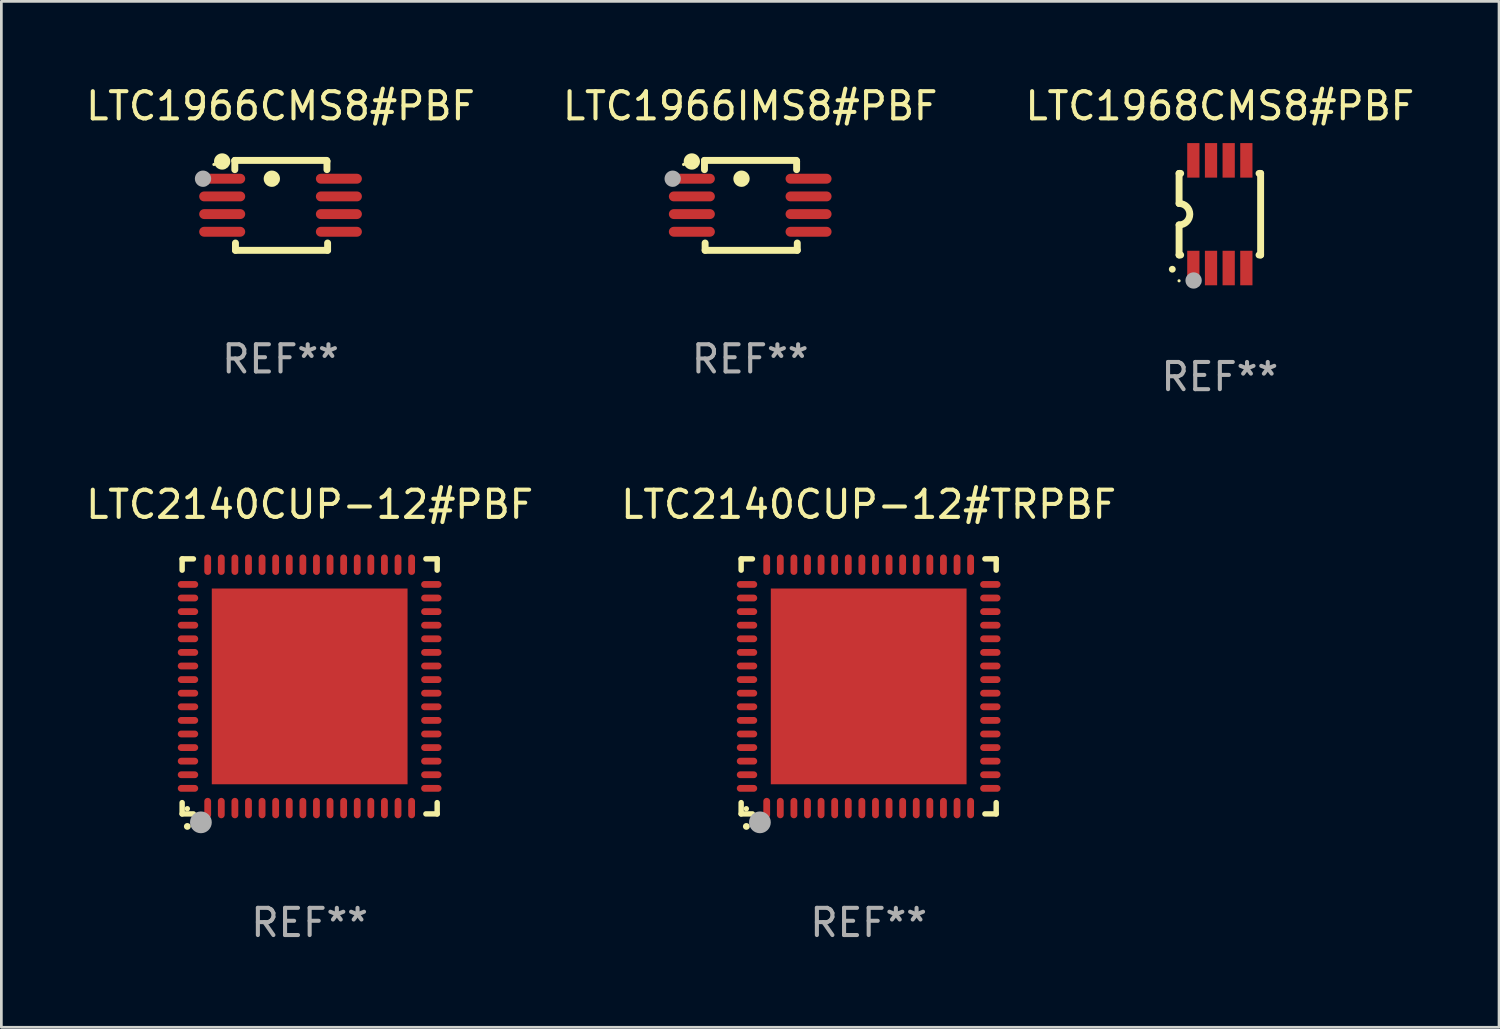
<source format=kicad_pcb>
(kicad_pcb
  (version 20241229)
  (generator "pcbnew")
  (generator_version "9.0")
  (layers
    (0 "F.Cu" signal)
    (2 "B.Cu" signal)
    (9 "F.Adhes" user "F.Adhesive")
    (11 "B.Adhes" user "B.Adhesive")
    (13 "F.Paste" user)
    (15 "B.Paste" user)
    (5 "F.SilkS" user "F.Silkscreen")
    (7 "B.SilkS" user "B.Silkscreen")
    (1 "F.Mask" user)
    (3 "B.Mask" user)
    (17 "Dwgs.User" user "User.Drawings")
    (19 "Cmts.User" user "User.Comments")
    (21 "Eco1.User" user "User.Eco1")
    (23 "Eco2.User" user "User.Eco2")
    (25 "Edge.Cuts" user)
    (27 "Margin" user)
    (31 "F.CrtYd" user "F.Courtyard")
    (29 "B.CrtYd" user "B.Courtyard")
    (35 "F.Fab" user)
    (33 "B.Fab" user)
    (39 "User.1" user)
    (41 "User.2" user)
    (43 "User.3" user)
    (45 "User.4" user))
  (footprint "LTC1966CMS8#PBF"
    (layer "F.Cu")
    (at 7.268 4.503)
    (property "Reference" "LTC1966CMS8#PBF" (at 0 -3.654 0) (layer "F.SilkS") (effects (font (size 1 1) (thickness 0.15))))
    (attr through_hole)
    (fp_line (start -1.682 -1.648) (end -1.682 -1.313) (stroke (width 0.254) (type solid)) (layer "F.SilkS"))
    (fp_line (start -1.676 -1.654) (end -1.682 -1.648) (stroke (width 0.254) (type solid)) (layer "F.SilkS"))
    (fp_line (start -1.658 1.384) (end -1.658 1.654) (stroke (width 0.254) (type solid)) (layer "F.SilkS"))
    (fp_line (start -1.658 1.654) (end 1.731 1.654) (stroke (width 0.254) (type solid)) (layer "F.SilkS"))
    (fp_line (start 1.7 -1.654) (end -1.676 -1.654) (stroke (width 0.254) (type solid)) (layer "F.SilkS"))
    (fp_line (start 1.707 -1.621) (end 1.687 -1.641) (stroke (width 0.254) (type solid)) (layer "F.SilkS"))
    (fp_line (start 1.707 -1.313) (end 1.707 -1.621) (stroke (width 0.254) (type solid)) (layer "F.SilkS"))
    (fp_line (start 1.731 1.654) (end 1.731 1.384) (stroke (width 0.254) (type solid)) (layer "F.SilkS"))
    (fp_circle (center -2.45 -1.504) (end -2.42 -1.504) (stroke (width 0.06) (type solid)) (fill no) (layer "F.SilkS"))
    (fp_circle (center -2.147 -1.614) (end -1.997 -1.614) (stroke (width 0.3) (type solid)) (fill no) (layer "F.SilkS"))
    (fp_circle (center -0.32 -0.98) (end -0.17 -0.98) (stroke (width 0.3) (type solid)) (fill no) (layer "F.SilkS"))
    (fp_circle (center -2.851 -0.98) (end -2.701 -0.98) (stroke (width 0.3) (type solid)) (fill no) (layer "F.Fab"))
    (fp_text user "REF**" (at 0 5.654 0) (layer "F.Fab") (effects (font (size 1 1) (thickness 0.15))))
    (pad "1" smd oval (at -2.146 -0.98) (size 1.692 0.364) (layers "F.Cu" "F.Mask" "F.Paste"))
    (pad "2" smd oval (at -2.146 -0.329) (size 1.692 0.364) (layers "F.Cu" "F.Mask" "F.Paste"))
    (pad "3" smd oval (at -2.146 0.321) (size 1.692 0.364) (layers "F.Cu" "F.Mask" "F.Paste"))
    (pad "4" smd oval (at -2.146 0.971) (size 1.692 0.364) (layers "F.Cu" "F.Mask" "F.Paste"))
    (pad "5" smd oval (at 2.146 0.971) (size 1.692 0.364) (layers "F.Cu" "F.Mask" "F.Paste"))
    (pad "6" smd oval (at 2.146 0.321) (size 1.692 0.364) (layers "F.Cu" "F.Mask" "F.Paste"))
    (pad "7" smd oval (at 2.146 -0.329) (size 1.692 0.364) (layers "F.Cu" "F.Mask" "F.Paste"))
    (pad "8" smd oval (at 2.146 -0.98) (size 1.692 0.364) (layers "F.Cu" "F.Mask" "F.Paste")))
  (footprint "LTC1968CMS8#PBF"
    (layer "F.Cu")
    (at 41.815 4.828)
    (property "Reference" "LTC1968CMS8#PBF" (at 0 -3.98 0) (layer "F.SilkS") (effects (font (size 1 1) (thickness 0.15))))
    (attr through_hole)
    (fp_line (start -1.5 -1.5) (end -1.441 -1.5) (stroke (width 0.254) (type solid)) (layer "F.SilkS"))
    (fp_line (start -1.5 1.5) (end -1.441 1.5) (stroke (width 0.254) (type solid)) (layer "F.SilkS"))
    (fp_line (start -1.499 -0.394) (end -1.499 -1.5) (stroke (width 0.254) (type solid)) (layer "F.SilkS"))
    (fp_line (start -1.499 0.394) (end -1.499 1.5) (stroke (width 0.254) (type solid)) (layer "F.SilkS"))
    (fp_line (start 1.441 -1.5) (end 1.5 -1.5) (stroke (width 0.254) (type solid)) (layer "F.SilkS"))
    (fp_line (start 1.441 1.5) (end 1.5 1.5) (stroke (width 0.254) (type solid)) (layer "F.SilkS"))
    (fp_line (start 1.5 -1.5) (end 1.5 1.5) (stroke (width 0.254) (type solid)) (layer "F.SilkS"))
    (fp_arc (start -1.750064 2.024384) (mid -1.748794 2.024378) (end -1.747524 2.024384) (stroke (width 0.24892) (type solid)) (layer "F.SilkS"))
    (fp_arc (start -1.498603 -0.393701) (mid -1.104902 0) (end -1.498603 0.393701) (stroke (width 0.254001) (type solid)) (layer "F.SilkS"))
    (fp_circle (center -1.5 2.45) (end -1.47 2.45) (stroke (width 0.06) (type solid)) (fill no) (layer "F.SilkS"))
    (fp_circle (center -0.965 2.438) (end -0.815 2.438) (stroke (width 0.3) (type solid)) (fill no) (layer "F.Fab"))
    (fp_text user "REF**" (at 0 5.98 0) (layer "F.Fab") (effects (font (size 1 1) (thickness 0.15))))
    (pad "1" smd rect (at -0.975 1.98 180) (size 0.45 1.27) (layers "F.Cu" "F.Mask" "F.Paste"))
    (pad "2" smd rect (at -0.325 1.98 180) (size 0.45 1.27) (layers "F.Cu" "F.Mask" "F.Paste"))
    (pad "3" smd rect (at 0.325 1.98 180) (size 0.45 1.27) (layers "F.Cu" "F.Mask" "F.Paste"))
    (pad "4" smd rect (at 0.975 1.98 180) (size 0.45 1.27) (layers "F.Cu" "F.Mask" "F.Paste"))
    (pad "5" smd rect (at 0.975 -1.98 180) (size 0.45 1.27) (layers "F.Cu" "F.Mask" "F.Paste"))
    (pad "6" smd rect (at 0.325 -1.98 180) (size 0.45 1.27) (layers "F.Cu" "F.Mask" "F.Paste"))
    (pad "7" smd rect (at -0.325 -1.98 180) (size 0.45 1.27) (layers "F.Cu" "F.Mask" "F.Paste"))
    (pad "8" smd rect (at -0.975 -1.98 180) (size 0.45 1.27) (layers "F.Cu" "F.Mask" "F.Paste")))
  (footprint "LTC2140CUP-12#PBF"
    (layer "F.Cu")
    (at 8.339 22.195)
    (property "Reference" "LTC2140CUP-12#PBF" (at 0 -6.69 0) (layer "F.SilkS") (effects (font (size 1 1) (thickness 0.15))))
    (attr through_hole)
    (fp_line (start -4.69 -4.69) (end -4.275 -4.69) (stroke (width 0.2) (type solid)) (layer "F.SilkS"))
    (fp_line (start -4.69 -4.275) (end -4.69 -4.69) (stroke (width 0.2) (type solid)) (layer "F.SilkS"))
    (fp_line (start -4.69 4.69) (end -4.69 4.275) (stroke (width 0.2) (type solid)) (layer "F.SilkS"))
    (fp_line (start -4.275 4.69) (end -4.69 4.69) (stroke (width 0.2) (type solid)) (layer "F.SilkS"))
    (fp_line (start 4.275 4.69) (end 4.69 4.69) (stroke (width 0.2) (type solid)) (layer "F.SilkS"))
    (fp_line (start 4.69 -4.69) (end 4.275 -4.69) (stroke (width 0.2) (type solid)) (layer "F.SilkS"))
    (fp_line (start 4.69 -4.275) (end 4.69 -4.69) (stroke (width 0.2) (type solid)) (layer "F.SilkS"))
    (fp_line (start 4.69 4.69) (end 4.69 4.275) (stroke (width 0.2) (type solid)) (layer "F.SilkS"))
    (fp_arc (start -4.499886 5.15) (mid -4.498616 5.149994) (end -4.497346 5.15) (stroke (width 0.24892) (type solid)) (layer "F.SilkS"))
    (fp_circle (center -4.5 4.5) (end -4.45 4.5) (stroke (width 0.1) (type solid)) (fill no) (layer "F.SilkS"))
    (fp_circle (center -4 5) (end -3.8 5) (stroke (width 0.4) (type solid)) (fill no) (layer "F.Fab"))
    (fp_text user "REF**" (at 0 8.69 0) (layer "F.Fab") (effects (font (size 1 1) (thickness 0.15))))
    (pad "1" smd oval (at -3.75 4.475) (size 0.25 0.75) (layers "F.Cu" "F.Mask" "F.Paste"))
    (pad "2" smd oval (at -3.25 4.475) (size 0.25 0.75) (layers "F.Cu" "F.Mask" "F.Paste"))
    (pad "3" smd oval (at -2.75 4.475) (size 0.25 0.75) (layers "F.Cu" "F.Mask" "F.Paste"))
    (pad "4" smd oval (at -2.25 4.475) (size 0.25 0.75) (layers "F.Cu" "F.Mask" "F.Paste"))
    (pad "5" smd oval (at -1.75 4.475) (size 0.25 0.75) (layers "F.Cu" "F.Mask" "F.Paste"))
    (pad "6" smd oval (at -1.25 4.475) (size 0.25 0.75) (layers "F.Cu" "F.Mask" "F.Paste"))
    (pad "7" smd oval (at -0.75 4.475) (size 0.25 0.75) (layers "F.Cu" "F.Mask" "F.Paste"))
    (pad "8" smd oval (at -0.25 4.475) (size 0.25 0.75) (layers "F.Cu" "F.Mask" "F.Paste"))
    (pad "9" smd oval (at 0.25 4.475) (size 0.25 0.75) (layers "F.Cu" "F.Mask" "F.Paste"))
    (pad "10" smd oval (at 0.75 4.475) (size 0.25 0.75) (layers "F.Cu" "F.Mask" "F.Paste"))
    (pad "11" smd oval (at 1.25 4.475) (size 0.25 0.75) (layers "F.Cu" "F.Mask" "F.Paste"))
    (pad "12" smd oval (at 1.75 4.475) (size 0.25 0.75) (layers "F.Cu" "F.Mask" "F.Paste"))
    (pad "13" smd oval (at 2.25 4.475) (size 0.25 0.75) (layers "F.Cu" "F.Mask" "F.Paste"))
    (pad "14" smd oval (at 2.75 4.475) (size 0.25 0.75) (layers "F.Cu" "F.Mask" "F.Paste"))
    (pad "15" smd oval (at 3.25 4.475) (size 0.25 0.75) (layers "F.Cu" "F.Mask" "F.Paste"))
    (pad "16" smd oval (at 3.75 4.475) (size 0.25 0.75) (layers "F.Cu" "F.Mask" "F.Paste"))
    (pad "17" smd oval (at 4.475 3.75) (size 0.75 0.25) (layers "F.Cu" "F.Mask" "F.Paste"))
    (pad "18" smd oval (at 4.475 3.25) (size 0.75 0.25) (layers "F.Cu" "F.Mask" "F.Paste"))
    (pad "19" smd oval (at 4.475 2.75) (size 0.75 0.25) (layers "F.Cu" "F.Mask" "F.Paste"))
    (pad "20" smd oval (at 4.475 2.25) (size 0.75 0.25) (layers "F.Cu" "F.Mask" "F.Paste"))
    (pad "21" smd oval (at 4.475 1.75) (size 0.75 0.25) (layers "F.Cu" "F.Mask" "F.Paste"))
    (pad "22" smd oval (at 4.475 1.25) (size 0.75 0.25) (layers "F.Cu" "F.Mask" "F.Paste"))
    (pad "23" smd oval (at 4.475 0.75) (size 0.75 0.25) (layers "F.Cu" "F.Mask" "F.Paste"))
    (pad "24" smd oval (at 4.475 0.25) (size 0.75 0.25) (layers "F.Cu" "F.Mask" "F.Paste"))
    (pad "25" smd oval (at 4.475 -0.25) (size 0.75 0.25) (layers "F.Cu" "F.Mask" "F.Paste"))
    (pad "26" smd oval (at 4.475 -0.75) (size 0.75 0.25) (layers "F.Cu" "F.Mask" "F.Paste"))
    (pad "27" smd oval (at 4.475 -1.25) (size 0.75 0.25) (layers "F.Cu" "F.Mask" "F.Paste"))
    (pad "28" smd oval (at 4.475 -1.75) (size 0.75 0.25) (layers "F.Cu" "F.Mask" "F.Paste"))
    (pad "29" smd oval (at 4.475 -2.25) (size 0.75 0.25) (layers "F.Cu" "F.Mask" "F.Paste"))
    (pad "30" smd oval (at 4.475 -2.75) (size 0.75 0.25) (layers "F.Cu" "F.Mask" "F.Paste"))
    (pad "31" smd oval (at 4.475 -3.25) (size 0.75 0.25) (layers "F.Cu" "F.Mask" "F.Paste"))
    (pad "32" smd oval (at 4.475 -3.75) (size 0.75 0.25) (layers "F.Cu" "F.Mask" "F.Paste"))
    (pad "33" smd oval (at 3.75 -4.475) (size 0.25 0.75) (layers "F.Cu" "F.Mask" "F.Paste"))
    (pad "34" smd oval (at 3.25 -4.475) (size 0.25 0.75) (layers "F.Cu" "F.Mask" "F.Paste"))
    (pad "35" smd oval (at 2.75 -4.475) (size 0.25 0.75) (layers "F.Cu" "F.Mask" "F.Paste"))
    (pad "36" smd oval (at 2.25 -4.475) (size 0.25 0.75) (layers "F.Cu" "F.Mask" "F.Paste"))
    (pad "37" smd oval (at 1.75 -4.475) (size 0.25 0.75) (layers "F.Cu" "F.Mask" "F.Paste"))
    (pad "38" smd oval (at 1.25 -4.475) (size 0.25 0.75) (layers "F.Cu" "F.Mask" "F.Paste"))
    (pad "39" smd oval (at 0.75 -4.475) (size 0.25 0.75) (layers "F.Cu" "F.Mask" "F.Paste"))
    (pad "40" smd oval (at 0.25 -4.475) (size 0.25 0.75) (layers "F.Cu" "F.Mask" "F.Paste"))
    (pad "41" smd oval (at -0.25 -4.475) (size 0.25 0.75) (layers "F.Cu" "F.Mask" "F.Paste"))
    (pad "42" smd oval (at -0.75 -4.475) (size 0.25 0.75) (layers "F.Cu" "F.Mask" "F.Paste"))
    (pad "43" smd oval (at -1.25 -4.475) (size 0.25 0.75) (layers "F.Cu" "F.Mask" "F.Paste"))
    (pad "44" smd oval (at -1.75 -4.475) (size 0.25 0.75) (layers "F.Cu" "F.Mask" "F.Paste"))
    (pad "45" smd oval (at -2.25 -4.475) (size 0.25 0.75) (layers "F.Cu" "F.Mask" "F.Paste"))
    (pad "46" smd oval (at -2.75 -4.475) (size 0.25 0.75) (layers "F.Cu" "F.Mask" "F.Paste"))
    (pad "47" smd oval (at -3.25 -4.475) (size 0.25 0.75) (layers "F.Cu" "F.Mask" "F.Paste"))
    (pad "48" smd oval (at -3.75 -4.475) (size 0.25 0.75) (layers "F.Cu" "F.Mask" "F.Paste"))
    (pad "49" smd oval (at -4.475 -3.75) (size 0.75 0.25) (layers "F.Cu" "F.Mask" "F.Paste"))
    (pad "50" smd oval (at -4.475 -3.25) (size 0.75 0.25) (layers "F.Cu" "F.Mask" "F.Paste"))
    (pad "51" smd oval (at -4.475 -2.75) (size 0.75 0.25) (layers "F.Cu" "F.Mask" "F.Paste"))
    (pad "52" smd oval (at -4.475 -2.25) (size 0.75 0.25) (layers "F.Cu" "F.Mask" "F.Paste"))
    (pad "53" smd oval (at -4.475 -1.75) (size 0.75 0.25) (layers "F.Cu" "F.Mask" "F.Paste"))
    (pad "54" smd oval (at -4.475 -1.25) (size 0.75 0.25) (layers "F.Cu" "F.Mask" "F.Paste"))
    (pad "55" smd oval (at -4.475 -0.75) (size 0.75 0.25) (layers "F.Cu" "F.Mask" "F.Paste"))
    (pad "56" smd oval (at -4.475 -0.25) (size 0.75 0.25) (layers "F.Cu" "F.Mask" "F.Paste"))
    (pad "57" smd oval (at -4.475 0.25) (size 0.75 0.25) (layers "F.Cu" "F.Mask" "F.Paste"))
    (pad "58" smd oval (at -4.475 0.75) (size 0.75 0.25) (layers "F.Cu" "F.Mask" "F.Paste"))
    (pad "59" smd oval (at -4.475 1.25) (size 0.75 0.25) (layers "F.Cu" "F.Mask" "F.Paste"))
    (pad "60" smd oval (at -4.475 1.75) (size 0.75 0.25) (layers "F.Cu" "F.Mask" "F.Paste"))
    (pad "61" smd oval (at -4.475 2.25) (size 0.75 0.25) (layers "F.Cu" "F.Mask" "F.Paste"))
    (pad "62" smd oval (at -4.475 2.75) (size 0.75 0.25) (layers "F.Cu" "F.Mask" "F.Paste"))
    (pad "63" smd oval (at -4.475 3.25) (size 0.75 0.25) (layers "F.Cu" "F.Mask" "F.Paste"))
    (pad "64" smd oval (at -4.475 3.75) (size 0.75 0.25) (layers "F.Cu" "F.Mask" "F.Paste"))
    (pad "65" smd rect (at 0.000368 0.000013) (size 7.2 7.2) (layers "F.Cu" "F.Mask" "F.Paste")))
  (footprint "LTC1966IMS8#PBF"
    (layer "F.Cu")
    (at 24.542 4.503)
    (property "Reference" "LTC1966IMS8#PBF" (at 0 -3.654 0) (layer "F.SilkS") (effects (font (size 1 1) (thickness 0.15))))
    (attr through_hole)
    (fp_line (start -1.682 -1.648) (end -1.682 -1.313) (stroke (width 0.254) (type solid)) (layer "F.SilkS"))
    (fp_line (start -1.676 -1.654) (end -1.682 -1.648) (stroke (width 0.254) (type solid)) (layer "F.SilkS"))
    (fp_line (start -1.658 1.384) (end -1.658 1.654) (stroke (width 0.254) (type solid)) (layer "F.SilkS"))
    (fp_line (start -1.658 1.654) (end 1.731 1.654) (stroke (width 0.254) (type solid)) (layer "F.SilkS"))
    (fp_line (start 1.7 -1.654) (end -1.676 -1.654) (stroke (width 0.254) (type solid)) (layer "F.SilkS"))
    (fp_line (start 1.707 -1.621) (end 1.687 -1.641) (stroke (width 0.254) (type solid)) (layer "F.SilkS"))
    (fp_line (start 1.707 -1.313) (end 1.707 -1.621) (stroke (width 0.254) (type solid)) (layer "F.SilkS"))
    (fp_line (start 1.731 1.654) (end 1.731 1.384) (stroke (width 0.254) (type solid)) (layer "F.SilkS"))
    (fp_circle (center -2.45 -1.504) (end -2.42 -1.504) (stroke (width 0.06) (type solid)) (fill no) (layer "F.SilkS"))
    (fp_circle (center -2.147 -1.614) (end -1.997 -1.614) (stroke (width 0.3) (type solid)) (fill no) (layer "F.SilkS"))
    (fp_circle (center -0.32 -0.98) (end -0.17 -0.98) (stroke (width 0.3) (type solid)) (fill no) (layer "F.SilkS"))
    (fp_circle (center -2.851 -0.98) (end -2.701 -0.98) (stroke (width 0.3) (type solid)) (fill no) (layer "F.Fab"))
    (fp_text user "REF**" (at 0 5.654 0) (layer "F.Fab") (effects (font (size 1 1) (thickness 0.15))))
    (pad "1" smd oval (at -2.146 -0.98) (size 1.692 0.364) (layers "F.Cu" "F.Mask" "F.Paste"))
    (pad "2" smd oval (at -2.146 -0.329) (size 1.692 0.364) (layers "F.Cu" "F.Mask" "F.Paste"))
    (pad "3" smd oval (at -2.146 0.321) (size 1.692 0.364) (layers "F.Cu" "F.Mask" "F.Paste"))
    (pad "4" smd oval (at -2.146 0.971) (size 1.692 0.364) (layers "F.Cu" "F.Mask" "F.Paste"))
    (pad "5" smd oval (at 2.146 0.971) (size 1.692 0.364) (layers "F.Cu" "F.Mask" "F.Paste"))
    (pad "6" smd oval (at 2.146 0.321) (size 1.692 0.364) (layers "F.Cu" "F.Mask" "F.Paste"))
    (pad "7" smd oval (at 2.146 -0.329) (size 1.692 0.364) (layers "F.Cu" "F.Mask" "F.Paste"))
    (pad "8" smd oval (at 2.146 -0.98) (size 1.692 0.364) (layers "F.Cu" "F.Mask" "F.Paste")))
  (footprint "LTC2140CUP-12#TRPBF"
    (layer "F.Cu")
    (at 28.899 22.195)
    (property "Reference" "LTC2140CUP-12#TRPBF" (at 0 -6.69 0) (layer "F.SilkS") (effects (font (size 1 1) (thickness 0.15))))
    (attr through_hole)
    (fp_line (start -4.69 -4.69) (end -4.275 -4.69) (stroke (width 0.2) (type solid)) (layer "F.SilkS"))
    (fp_line (start -4.69 -4.275) (end -4.69 -4.69) (stroke (width 0.2) (type solid)) (layer "F.SilkS"))
    (fp_line (start -4.69 4.69) (end -4.69 4.275) (stroke (width 0.2) (type solid)) (layer "F.SilkS"))
    (fp_line (start -4.275 4.69) (end -4.69 4.69) (stroke (width 0.2) (type solid)) (layer "F.SilkS"))
    (fp_line (start 4.275 4.69) (end 4.69 4.69) (stroke (width 0.2) (type solid)) (layer "F.SilkS"))
    (fp_line (start 4.69 -4.69) (end 4.275 -4.69) (stroke (width 0.2) (type solid)) (layer "F.SilkS"))
    (fp_line (start 4.69 -4.275) (end 4.69 -4.69) (stroke (width 0.2) (type solid)) (layer "F.SilkS"))
    (fp_line (start 4.69 4.69) (end 4.69 4.275) (stroke (width 0.2) (type solid)) (layer "F.SilkS"))
    (fp_arc (start -4.499886 5.15) (mid -4.498616 5.149994) (end -4.497346 5.15) (stroke (width 0.24892) (type solid)) (layer "F.SilkS"))
    (fp_circle (center -4.5 4.5) (end -4.45 4.5) (stroke (width 0.1) (type solid)) (fill no) (layer "F.SilkS"))
    (fp_circle (center -4 5) (end -3.8 5) (stroke (width 0.4) (type solid)) (fill no) (layer "F.Fab"))
    (fp_text user "REF**" (at 0 8.69 0) (layer "F.Fab") (effects (font (size 1 1) (thickness 0.15))))
    (pad "1" smd oval (at -3.75 4.475) (size 0.25 0.75) (layers "F.Cu" "F.Mask" "F.Paste"))
    (pad "2" smd oval (at -3.25 4.475) (size 0.25 0.75) (layers "F.Cu" "F.Mask" "F.Paste"))
    (pad "3" smd oval (at -2.75 4.475) (size 0.25 0.75) (layers "F.Cu" "F.Mask" "F.Paste"))
    (pad "4" smd oval (at -2.25 4.475) (size 0.25 0.75) (layers "F.Cu" "F.Mask" "F.Paste"))
    (pad "5" smd oval (at -1.75 4.475) (size 0.25 0.75) (layers "F.Cu" "F.Mask" "F.Paste"))
    (pad "6" smd oval (at -1.25 4.475) (size 0.25 0.75) (layers "F.Cu" "F.Mask" "F.Paste"))
    (pad "7" smd oval (at -0.75 4.475) (size 0.25 0.75) (layers "F.Cu" "F.Mask" "F.Paste"))
    (pad "8" smd oval (at -0.25 4.475) (size 0.25 0.75) (layers "F.Cu" "F.Mask" "F.Paste"))
    (pad "9" smd oval (at 0.25 4.475) (size 0.25 0.75) (layers "F.Cu" "F.Mask" "F.Paste"))
    (pad "10" smd oval (at 0.75 4.475) (size 0.25 0.75) (layers "F.Cu" "F.Mask" "F.Paste"))
    (pad "11" smd oval (at 1.25 4.475) (size 0.25 0.75) (layers "F.Cu" "F.Mask" "F.Paste"))
    (pad "12" smd oval (at 1.75 4.475) (size 0.25 0.75) (layers "F.Cu" "F.Mask" "F.Paste"))
    (pad "13" smd oval (at 2.25 4.475) (size 0.25 0.75) (layers "F.Cu" "F.Mask" "F.Paste"))
    (pad "14" smd oval (at 2.75 4.475) (size 0.25 0.75) (layers "F.Cu" "F.Mask" "F.Paste"))
    (pad "15" smd oval (at 3.25 4.475) (size 0.25 0.75) (layers "F.Cu" "F.Mask" "F.Paste"))
    (pad "16" smd oval (at 3.75 4.475) (size 0.25 0.75) (layers "F.Cu" "F.Mask" "F.Paste"))
    (pad "17" smd oval (at 4.475 3.75) (size 0.75 0.25) (layers "F.Cu" "F.Mask" "F.Paste"))
    (pad "18" smd oval (at 4.475 3.25) (size 0.75 0.25) (layers "F.Cu" "F.Mask" "F.Paste"))
    (pad "19" smd oval (at 4.475 2.75) (size 0.75 0.25) (layers "F.Cu" "F.Mask" "F.Paste"))
    (pad "20" smd oval (at 4.475 2.25) (size 0.75 0.25) (layers "F.Cu" "F.Mask" "F.Paste"))
    (pad "21" smd oval (at 4.475 1.75) (size 0.75 0.25) (layers "F.Cu" "F.Mask" "F.Paste"))
    (pad "22" smd oval (at 4.475 1.25) (size 0.75 0.25) (layers "F.Cu" "F.Mask" "F.Paste"))
    (pad "23" smd oval (at 4.475 0.75) (size 0.75 0.25) (layers "F.Cu" "F.Mask" "F.Paste"))
    (pad "24" smd oval (at 4.475 0.25) (size 0.75 0.25) (layers "F.Cu" "F.Mask" "F.Paste"))
    (pad "25" smd oval (at 4.475 -0.25) (size 0.75 0.25) (layers "F.Cu" "F.Mask" "F.Paste"))
    (pad "26" smd oval (at 4.475 -0.75) (size 0.75 0.25) (layers "F.Cu" "F.Mask" "F.Paste"))
    (pad "27" smd oval (at 4.475 -1.25) (size 0.75 0.25) (layers "F.Cu" "F.Mask" "F.Paste"))
    (pad "28" smd oval (at 4.475 -1.75) (size 0.75 0.25) (layers "F.Cu" "F.Mask" "F.Paste"))
    (pad "29" smd oval (at 4.475 -2.25) (size 0.75 0.25) (layers "F.Cu" "F.Mask" "F.Paste"))
    (pad "30" smd oval (at 4.475 -2.75) (size 0.75 0.25) (layers "F.Cu" "F.Mask" "F.Paste"))
    (pad "31" smd oval (at 4.475 -3.25) (size 0.75 0.25) (layers "F.Cu" "F.Mask" "F.Paste"))
    (pad "32" smd oval (at 4.475 -3.75) (size 0.75 0.25) (layers "F.Cu" "F.Mask" "F.Paste"))
    (pad "33" smd oval (at 3.75 -4.475) (size 0.25 0.75) (layers "F.Cu" "F.Mask" "F.Paste"))
    (pad "34" smd oval (at 3.25 -4.475) (size 0.25 0.75) (layers "F.Cu" "F.Mask" "F.Paste"))
    (pad "35" smd oval (at 2.75 -4.475) (size 0.25 0.75) (layers "F.Cu" "F.Mask" "F.Paste"))
    (pad "36" smd oval (at 2.25 -4.475) (size 0.25 0.75) (layers "F.Cu" "F.Mask" "F.Paste"))
    (pad "37" smd oval (at 1.75 -4.475) (size 0.25 0.75) (layers "F.Cu" "F.Mask" "F.Paste"))
    (pad "38" smd oval (at 1.25 -4.475) (size 0.25 0.75) (layers "F.Cu" "F.Mask" "F.Paste"))
    (pad "39" smd oval (at 0.75 -4.475) (size 0.25 0.75) (layers "F.Cu" "F.Mask" "F.Paste"))
    (pad "40" smd oval (at 0.25 -4.475) (size 0.25 0.75) (layers "F.Cu" "F.Mask" "F.Paste"))
    (pad "41" smd oval (at -0.25 -4.475) (size 0.25 0.75) (layers "F.Cu" "F.Mask" "F.Paste"))
    (pad "42" smd oval (at -0.75 -4.475) (size 0.25 0.75) (layers "F.Cu" "F.Mask" "F.Paste"))
    (pad "43" smd oval (at -1.25 -4.475) (size 0.25 0.75) (layers "F.Cu" "F.Mask" "F.Paste"))
    (pad "44" smd oval (at -1.75 -4.475) (size 0.25 0.75) (layers "F.Cu" "F.Mask" "F.Paste"))
    (pad "45" smd oval (at -2.25 -4.475) (size 0.25 0.75) (layers "F.Cu" "F.Mask" "F.Paste"))
    (pad "46" smd oval (at -2.75 -4.475) (size 0.25 0.75) (layers "F.Cu" "F.Mask" "F.Paste"))
    (pad "47" smd oval (at -3.25 -4.475) (size 0.25 0.75) (layers "F.Cu" "F.Mask" "F.Paste"))
    (pad "48" smd oval (at -3.75 -4.475) (size 0.25 0.75) (layers "F.Cu" "F.Mask" "F.Paste"))
    (pad "49" smd oval (at -4.475 -3.75) (size 0.75 0.25) (layers "F.Cu" "F.Mask" "F.Paste"))
    (pad "50" smd oval (at -4.475 -3.25) (size 0.75 0.25) (layers "F.Cu" "F.Mask" "F.Paste"))
    (pad "51" smd oval (at -4.475 -2.75) (size 0.75 0.25) (layers "F.Cu" "F.Mask" "F.Paste"))
    (pad "52" smd oval (at -4.475 -2.25) (size 0.75 0.25) (layers "F.Cu" "F.Mask" "F.Paste"))
    (pad "53" smd oval (at -4.475 -1.75) (size 0.75 0.25) (layers "F.Cu" "F.Mask" "F.Paste"))
    (pad "54" smd oval (at -4.475 -1.25) (size 0.75 0.25) (layers "F.Cu" "F.Mask" "F.Paste"))
    (pad "55" smd oval (at -4.475 -0.75) (size 0.75 0.25) (layers "F.Cu" "F.Mask" "F.Paste"))
    (pad "56" smd oval (at -4.475 -0.25) (size 0.75 0.25) (layers "F.Cu" "F.Mask" "F.Paste"))
    (pad "57" smd oval (at -4.475 0.25) (size 0.75 0.25) (layers "F.Cu" "F.Mask" "F.Paste"))
    (pad "58" smd oval (at -4.475 0.75) (size 0.75 0.25) (layers "F.Cu" "F.Mask" "F.Paste"))
    (pad "59" smd oval (at -4.475 1.25) (size 0.75 0.25) (layers "F.Cu" "F.Mask" "F.Paste"))
    (pad "60" smd oval (at -4.475 1.75) (size 0.75 0.25) (layers "F.Cu" "F.Mask" "F.Paste"))
    (pad "61" smd oval (at -4.475 2.25) (size 0.75 0.25) (layers "F.Cu" "F.Mask" "F.Paste"))
    (pad "62" smd oval (at -4.475 2.75) (size 0.75 0.25) (layers "F.Cu" "F.Mask" "F.Paste"))
    (pad "63" smd oval (at -4.475 3.25) (size 0.75 0.25) (layers "F.Cu" "F.Mask" "F.Paste"))
    (pad "64" smd oval (at -4.475 3.75) (size 0.75 0.25) (layers "F.Cu" "F.Mask" "F.Paste"))
    (pad "65" smd rect (at 0.000368 0.000013) (size 7.2 7.2) (layers "F.Cu" "F.Mask" "F.Paste")))
  (gr_rect
    (start -3 -3)
    (end 52.083 34.733)
    (stroke (width 0.1) (type default))
    (fill no)
    (layer "Edge.Cuts")))
</source>
